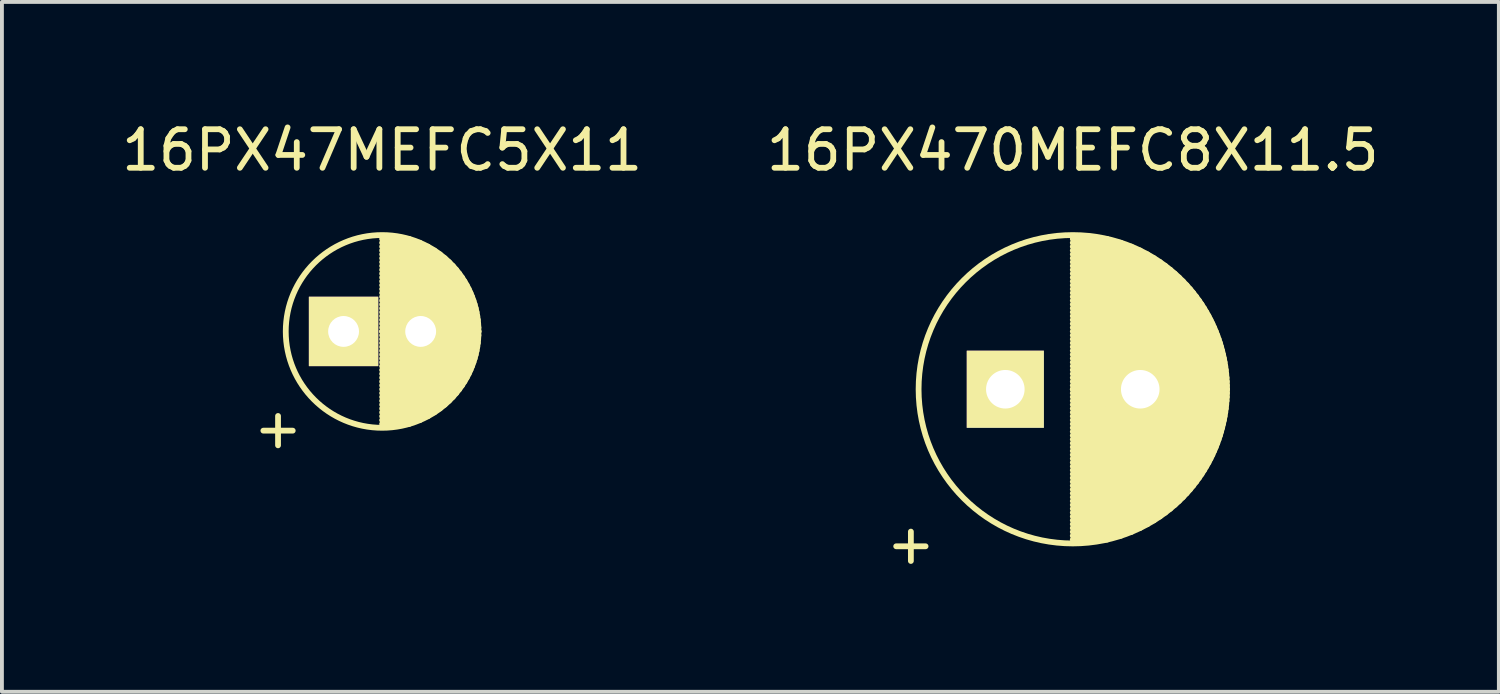
<source format=kicad_pcb>
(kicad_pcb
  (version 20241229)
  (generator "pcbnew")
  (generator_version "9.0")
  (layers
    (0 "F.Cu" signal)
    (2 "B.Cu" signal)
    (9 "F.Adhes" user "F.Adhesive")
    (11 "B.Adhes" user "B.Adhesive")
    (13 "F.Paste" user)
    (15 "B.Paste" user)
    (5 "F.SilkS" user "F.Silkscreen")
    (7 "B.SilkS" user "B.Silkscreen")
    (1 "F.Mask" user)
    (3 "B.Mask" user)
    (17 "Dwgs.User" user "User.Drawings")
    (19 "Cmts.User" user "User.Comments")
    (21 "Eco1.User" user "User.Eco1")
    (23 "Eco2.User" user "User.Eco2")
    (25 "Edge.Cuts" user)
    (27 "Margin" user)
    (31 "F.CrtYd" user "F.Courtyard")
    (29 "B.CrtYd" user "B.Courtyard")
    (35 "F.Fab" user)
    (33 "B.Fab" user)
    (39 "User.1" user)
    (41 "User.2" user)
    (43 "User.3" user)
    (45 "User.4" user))
  (footprint "16PX47MEFC5X11"
    (layer "F.Cu")
    (at 5.863 5.548)
    (property "Reference" "16PX47MEFC5X11" (at 1 -4.7 0) (layer "F.SilkS") (effects (font (size 1 1) (thickness 0.15))))
    (attr through_hole)
    (fp_line (start 1 -2.4) (end 1.7 -2.4) (stroke (width 0.15) (type solid)) (layer "F.SilkS"))
    (fp_line (start 1 -2.3) (end 1.98 -2.3) (stroke (width 0.15) (type solid)) (layer "F.SilkS"))
    (fp_line (start 1 -2.2) (end 2.187 -2.2) (stroke (width 0.15) (type solid)) (layer "F.SilkS"))
    (fp_line (start 1 -2.1) (end 2.356 -2.1) (stroke (width 0.15) (type solid)) (layer "F.SilkS"))
    (fp_line (start 1 -2) (end 2.5 -2) (stroke (width 0.15) (type solid)) (layer "F.SilkS"))
    (fp_line (start 1 -1.9) (end 2.625 -1.9) (stroke (width 0.15) (type solid)) (layer "F.SilkS"))
    (fp_line (start 1 -1.8) (end 2.735 -1.8) (stroke (width 0.15) (type solid)) (layer "F.SilkS"))
    (fp_line (start 1 -1.7) (end 2.833 -1.7) (stroke (width 0.15) (type solid)) (layer "F.SilkS"))
    (fp_line (start 1 -1.6) (end 2.921 -1.6) (stroke (width 0.15) (type solid)) (layer "F.SilkS"))
    (fp_line (start 1 -1.5) (end 3 -1.5) (stroke (width 0.15) (type solid)) (layer "F.SilkS"))
    (fp_line (start 1 -1.4) (end 3.071 -1.4) (stroke (width 0.15) (type solid)) (layer "F.SilkS"))
    (fp_line (start 1 -1.3) (end 3.135 -1.3) (stroke (width 0.15) (type solid)) (layer "F.SilkS"))
    (fp_line (start 1 -1.2) (end 3.193 -1.2) (stroke (width 0.15) (type solid)) (layer "F.SilkS"))
    (fp_line (start 1 -1.1) (end 3.245 -1.1) (stroke (width 0.15) (type solid)) (layer "F.SilkS"))
    (fp_line (start 1 -1) (end 3.291 -1) (stroke (width 0.15) (type solid)) (layer "F.SilkS"))
    (fp_line (start 1 -0.9) (end 3.332 -0.9) (stroke (width 0.15) (type solid)) (layer "F.SilkS"))
    (fp_line (start 1 -0.8) (end 3.369 -0.8) (stroke (width 0.15) (type solid)) (layer "F.SilkS"))
    (fp_line (start 1 -0.7) (end 3.4 -0.7) (stroke (width 0.15) (type solid)) (layer "F.SilkS"))
    (fp_line (start 1 -0.6) (end 3.427 -0.6) (stroke (width 0.15) (type solid)) (layer "F.SilkS"))
    (fp_line (start 1 -0.5) (end 3.449 -0.5) (stroke (width 0.15) (type solid)) (layer "F.SilkS"))
    (fp_line (start 1 -0.4) (end 3.468 -0.4) (stroke (width 0.15) (type solid)) (layer "F.SilkS"))
    (fp_line (start 1 -0.3) (end 3.482 -0.3) (stroke (width 0.15) (type solid)) (layer "F.SilkS"))
    (fp_line (start 1 -0.2) (end 3.492 -0.2) (stroke (width 0.15) (type solid)) (layer "F.SilkS"))
    (fp_line (start 1 -0.1) (end 3.498 -0.1) (stroke (width 0.15) (type solid)) (layer "F.SilkS"))
    (fp_line (start 1 0) (end 3.5 0) (stroke (width 0.15) (type solid)) (layer "F.SilkS"))
    (fp_line (start 1 0) (end 3.5 0) (stroke (width 0.15) (type solid)) (layer "F.SilkS"))
    (fp_line (start 1 0.1) (end 3.498 0.1) (stroke (width 0.15) (type solid)) (layer "F.SilkS"))
    (fp_line (start 1 0.2) (end 3.492 0.2) (stroke (width 0.15) (type solid)) (layer "F.SilkS"))
    (fp_line (start 1 0.3) (end 3.482 0.3) (stroke (width 0.15) (type solid)) (layer "F.SilkS"))
    (fp_line (start 1 0.4) (end 3.468 0.4) (stroke (width 0.15) (type solid)) (layer "F.SilkS"))
    (fp_line (start 1 0.5) (end 3.449 0.5) (stroke (width 0.15) (type solid)) (layer "F.SilkS"))
    (fp_line (start 1 0.6) (end 3.427 0.6) (stroke (width 0.15) (type solid)) (layer "F.SilkS"))
    (fp_line (start 1 0.7) (end 3.4 0.7) (stroke (width 0.15) (type solid)) (layer "F.SilkS"))
    (fp_line (start 1 0.8) (end 3.369 0.8) (stroke (width 0.15) (type solid)) (layer "F.SilkS"))
    (fp_line (start 1 0.9) (end 3.332 0.9) (stroke (width 0.15) (type solid)) (layer "F.SilkS"))
    (fp_line (start 1 1) (end 3.291 1) (stroke (width 0.15) (type solid)) (layer "F.SilkS"))
    (fp_line (start 1 1.1) (end 3.245 1.1) (stroke (width 0.15) (type solid)) (layer "F.SilkS"))
    (fp_line (start 1 1.2) (end 3.193 1.2) (stroke (width 0.15) (type solid)) (layer "F.SilkS"))
    (fp_line (start 1 1.3) (end 3.135 1.3) (stroke (width 0.15) (type solid)) (layer "F.SilkS"))
    (fp_line (start 1 1.4) (end 3.071 1.4) (stroke (width 0.15) (type solid)) (layer "F.SilkS"))
    (fp_line (start 1 1.5) (end 3 1.5) (stroke (width 0.15) (type solid)) (layer "F.SilkS"))
    (fp_line (start 1 1.6) (end 2.921 1.6) (stroke (width 0.15) (type solid)) (layer "F.SilkS"))
    (fp_line (start 1 1.7) (end 2.833 1.7) (stroke (width 0.15) (type solid)) (layer "F.SilkS"))
    (fp_line (start 1 1.8) (end 2.735 1.8) (stroke (width 0.15) (type solid)) (layer "F.SilkS"))
    (fp_line (start 1 1.9) (end 2.625 1.9) (stroke (width 0.15) (type solid)) (layer "F.SilkS"))
    (fp_line (start 1 2) (end 2.5 2) (stroke (width 0.15) (type solid)) (layer "F.SilkS"))
    (fp_line (start 1 2.1) (end 2.356 2.1) (stroke (width 0.15) (type solid)) (layer "F.SilkS"))
    (fp_line (start 1 2.2) (end 2.187 2.2) (stroke (width 0.15) (type solid)) (layer "F.SilkS"))
    (fp_line (start 1 2.3) (end 1.98 2.3) (stroke (width 0.15) (type solid)) (layer "F.SilkS"))
    (fp_line (start 1 2.4) (end 1.7 2.4) (stroke (width 0.15) (type solid)) (layer "F.SilkS"))
    (fp_circle (center 1 0) (end 1 -2.5) (stroke (width 0.15) (type solid)) (fill no) (layer "F.SilkS"))
    (fp_text user "+" (at -1.7 2.5 0) (layer "F.SilkS") (effects (font (size 1 1) (thickness 0.15))))
    (pad "1" thru_hole rect (at 0 0) (size 1.8 1.8) (drill 0.8) (layers "*.Cu" "*.Mask" "F.SilkS"))
    (pad "2" thru_hole circle (at 2 0) (size 1.8 1.8) (drill 0.8) (layers "*.Cu" "*.Mask" "F.SilkS")))
  (footprint "16PX470MEFC8X11.5"
    (layer "F.Cu")
    (at 23.03 7.048)
    (property "Reference" "16PX470MEFC8X11.5" (at 1.75 -6.2 0) (layer "F.SilkS") (effects (font (size 1 1) (thickness 0.15))))
    (attr through_hole)
    (fp_line (start 1.75 -3.9) (end 2.639 -3.9) (stroke (width 0.15) (type solid)) (layer "F.SilkS"))
    (fp_line (start 1.75 -3.8) (end 2.999 -3.8) (stroke (width 0.15) (type solid)) (layer "F.SilkS"))
    (fp_line (start 1.75 -3.7) (end 3.27 -3.7) (stroke (width 0.15) (type solid)) (layer "F.SilkS"))
    (fp_line (start 1.75 -3.6) (end 3.494 -3.6) (stroke (width 0.15) (type solid)) (layer "F.SilkS"))
    (fp_line (start 1.75 -3.5) (end 3.686 -3.5) (stroke (width 0.15) (type solid)) (layer "F.SilkS"))
    (fp_line (start 1.75 -3.4) (end 3.857 -3.4) (stroke (width 0.15) (type solid)) (layer "F.SilkS"))
    (fp_line (start 1.75 -3.3) (end 4.011 -3.3) (stroke (width 0.15) (type solid)) (layer "F.SilkS"))
    (fp_line (start 1.75 -3.2) (end 4.15 -3.2) (stroke (width 0.15) (type solid)) (layer "F.SilkS"))
    (fp_line (start 1.75 -3.1) (end 4.278 -3.1) (stroke (width 0.15) (type solid)) (layer "F.SilkS"))
    (fp_line (start 1.75 -3) (end 4.396 -3) (stroke (width 0.15) (type solid)) (layer "F.SilkS"))
    (fp_line (start 1.75 -2.9) (end 4.505 -2.9) (stroke (width 0.15) (type solid)) (layer "F.SilkS"))
    (fp_line (start 1.75 -2.8) (end 4.607 -2.8) (stroke (width 0.15) (type solid)) (layer "F.SilkS"))
    (fp_line (start 1.75 -2.7) (end 4.701 -2.7) (stroke (width 0.15) (type solid)) (layer "F.SilkS"))
    (fp_line (start 1.75 -2.6) (end 4.79 -2.6) (stroke (width 0.15) (type solid)) (layer "F.SilkS"))
    (fp_line (start 1.75 -2.5) (end 4.872 -2.5) (stroke (width 0.15) (type solid)) (layer "F.SilkS"))
    (fp_line (start 1.75 -2.4) (end 4.95 -2.4) (stroke (width 0.15) (type solid)) (layer "F.SilkS"))
    (fp_line (start 1.75 -2.3) (end 5.023 -2.3) (stroke (width 0.15) (type solid)) (layer "F.SilkS"))
    (fp_line (start 1.75 -2.2) (end 5.091 -2.2) (stroke (width 0.15) (type solid)) (layer "F.SilkS"))
    (fp_line (start 1.75 -2.1) (end 5.154 -2.1) (stroke (width 0.15) (type solid)) (layer "F.SilkS"))
    (fp_line (start 1.75 -2) (end 5.214 -2) (stroke (width 0.15) (type solid)) (layer "F.SilkS"))
    (fp_line (start 1.75 -1.9) (end 5.27 -1.9) (stroke (width 0.15) (type solid)) (layer "F.SilkS"))
    (fp_line (start 1.75 -1.8) (end 5.322 -1.8) (stroke (width 0.15) (type solid)) (layer "F.SilkS"))
    (fp_line (start 1.75 -1.7) (end 5.371 -1.7) (stroke (width 0.15) (type solid)) (layer "F.SilkS"))
    (fp_line (start 1.75 -1.6) (end 5.416 -1.6) (stroke (width 0.15) (type solid)) (layer "F.SilkS"))
    (fp_line (start 1.75 -1.5) (end 5.458 -1.5) (stroke (width 0.15) (type solid)) (layer "F.SilkS"))
    (fp_line (start 1.75 -1.4) (end 5.497 -1.4) (stroke (width 0.15) (type solid)) (layer "F.SilkS"))
    (fp_line (start 1.75 -1.3) (end 5.533 -1.3) (stroke (width 0.15) (type solid)) (layer "F.SilkS"))
    (fp_line (start 1.75 -1.2) (end 5.566 -1.2) (stroke (width 0.15) (type solid)) (layer "F.SilkS"))
    (fp_line (start 1.75 -1.1) (end 5.596 -1.1) (stroke (width 0.15) (type solid)) (layer "F.SilkS"))
    (fp_line (start 1.75 -1) (end 5.623 -1) (stroke (width 0.15) (type solid)) (layer "F.SilkS"))
    (fp_line (start 1.75 -0.9) (end 5.647 -0.9) (stroke (width 0.15) (type solid)) (layer "F.SilkS"))
    (fp_line (start 1.75 -0.8) (end 5.669 -0.8) (stroke (width 0.15) (type solid)) (layer "F.SilkS"))
    (fp_line (start 1.75 -0.7) (end 5.688 -0.7) (stroke (width 0.15) (type solid)) (layer "F.SilkS"))
    (fp_line (start 1.75 -0.6) (end 5.705 -0.6) (stroke (width 0.15) (type solid)) (layer "F.SilkS"))
    (fp_line (start 1.75 -0.5) (end 5.719 -0.5) (stroke (width 0.15) (type solid)) (layer "F.SilkS"))
    (fp_line (start 1.75 -0.4) (end 5.73 -0.4) (stroke (width 0.15) (type solid)) (layer "F.SilkS"))
    (fp_line (start 1.75 -0.3) (end 5.739 -0.3) (stroke (width 0.15) (type solid)) (layer "F.SilkS"))
    (fp_line (start 1.75 -0.2) (end 5.745 -0.2) (stroke (width 0.15) (type solid)) (layer "F.SilkS"))
    (fp_line (start 1.75 -0.1) (end 5.749 -0.1) (stroke (width 0.15) (type solid)) (layer "F.SilkS"))
    (fp_line (start 1.75 0) (end 5.75 0) (stroke (width 0.15) (type solid)) (layer "F.SilkS"))
    (fp_line (start 1.75 0) (end 5.75 0) (stroke (width 0.15) (type solid)) (layer "F.SilkS"))
    (fp_line (start 1.75 0.1) (end 5.749 0.1) (stroke (width 0.15) (type solid)) (layer "F.SilkS"))
    (fp_line (start 1.75 0.2) (end 5.745 0.2) (stroke (width 0.15) (type solid)) (layer "F.SilkS"))
    (fp_line (start 1.75 0.3) (end 5.739 0.3) (stroke (width 0.15) (type solid)) (layer "F.SilkS"))
    (fp_line (start 1.75 0.4) (end 5.73 0.4) (stroke (width 0.15) (type solid)) (layer "F.SilkS"))
    (fp_line (start 1.75 0.5) (end 5.719 0.5) (stroke (width 0.15) (type solid)) (layer "F.SilkS"))
    (fp_line (start 1.75 0.6) (end 5.705 0.6) (stroke (width 0.15) (type solid)) (layer "F.SilkS"))
    (fp_line (start 1.75 0.7) (end 5.688 0.7) (stroke (width 0.15) (type solid)) (layer "F.SilkS"))
    (fp_line (start 1.75 0.8) (end 5.669 0.8) (stroke (width 0.15) (type solid)) (layer "F.SilkS"))
    (fp_line (start 1.75 0.9) (end 5.647 0.9) (stroke (width 0.15) (type solid)) (layer "F.SilkS"))
    (fp_line (start 1.75 1) (end 5.623 1) (stroke (width 0.15) (type solid)) (layer "F.SilkS"))
    (fp_line (start 1.75 1.1) (end 5.596 1.1) (stroke (width 0.15) (type solid)) (layer "F.SilkS"))
    (fp_line (start 1.75 1.2) (end 5.566 1.2) (stroke (width 0.15) (type solid)) (layer "F.SilkS"))
    (fp_line (start 1.75 1.3) (end 5.533 1.3) (stroke (width 0.15) (type solid)) (layer "F.SilkS"))
    (fp_line (start 1.75 1.4) (end 5.497 1.4) (stroke (width 0.15) (type solid)) (layer "F.SilkS"))
    (fp_line (start 1.75 1.5) (end 5.458 1.5) (stroke (width 0.15) (type solid)) (layer "F.SilkS"))
    (fp_line (start 1.75 1.6) (end 5.416 1.6) (stroke (width 0.15) (type solid)) (layer "F.SilkS"))
    (fp_line (start 1.75 1.7) (end 5.371 1.7) (stroke (width 0.15) (type solid)) (layer "F.SilkS"))
    (fp_line (start 1.75 1.8) (end 5.322 1.8) (stroke (width 0.15) (type solid)) (layer "F.SilkS"))
    (fp_line (start 1.75 1.9) (end 5.27 1.9) (stroke (width 0.15) (type solid)) (layer "F.SilkS"))
    (fp_line (start 1.75 2) (end 5.214 2) (stroke (width 0.15) (type solid)) (layer "F.SilkS"))
    (fp_line (start 1.75 2.1) (end 5.154 2.1) (stroke (width 0.15) (type solid)) (layer "F.SilkS"))
    (fp_line (start 1.75 2.2) (end 5.091 2.2) (stroke (width 0.15) (type solid)) (layer "F.SilkS"))
    (fp_line (start 1.75 2.3) (end 5.023 2.3) (stroke (width 0.15) (type solid)) (layer "F.SilkS"))
    (fp_line (start 1.75 2.4) (end 4.95 2.4) (stroke (width 0.15) (type solid)) (layer "F.SilkS"))
    (fp_line (start 1.75 2.5) (end 4.872 2.5) (stroke (width 0.15) (type solid)) (layer "F.SilkS"))
    (fp_line (start 1.75 2.6) (end 4.79 2.6) (stroke (width 0.15) (type solid)) (layer "F.SilkS"))
    (fp_line (start 1.75 2.7) (end 4.701 2.7) (stroke (width 0.15) (type solid)) (layer "F.SilkS"))
    (fp_line (start 1.75 2.8) (end 4.607 2.8) (stroke (width 0.15) (type solid)) (layer "F.SilkS"))
    (fp_line (start 1.75 2.9) (end 4.505 2.9) (stroke (width 0.15) (type solid)) (layer "F.SilkS"))
    (fp_line (start 1.75 3) (end 4.396 3) (stroke (width 0.15) (type solid)) (layer "F.SilkS"))
    (fp_line (start 1.75 3.1) (end 4.278 3.1) (stroke (width 0.15) (type solid)) (layer "F.SilkS"))
    (fp_line (start 1.75 3.2) (end 4.15 3.2) (stroke (width 0.15) (type solid)) (layer "F.SilkS"))
    (fp_line (start 1.75 3.3) (end 4.011 3.3) (stroke (width 0.15) (type solid)) (layer "F.SilkS"))
    (fp_line (start 1.75 3.4) (end 3.857 3.4) (stroke (width 0.15) (type solid)) (layer "F.SilkS"))
    (fp_line (start 1.75 3.5) (end 3.686 3.5) (stroke (width 0.15) (type solid)) (layer "F.SilkS"))
    (fp_line (start 1.75 3.6) (end 3.494 3.6) (stroke (width 0.15) (type solid)) (layer "F.SilkS"))
    (fp_line (start 1.75 3.7) (end 3.27 3.7) (stroke (width 0.15) (type solid)) (layer "F.SilkS"))
    (fp_line (start 1.75 3.8) (end 2.999 3.8) (stroke (width 0.15) (type solid)) (layer "F.SilkS"))
    (fp_line (start 1.75 3.9) (end 2.639 3.9) (stroke (width 0.15) (type solid)) (layer "F.SilkS"))
    (fp_circle (center 1.75 0) (end 1.75 -4) (stroke (width 0.15) (type solid)) (fill no) (layer "F.SilkS"))
    (fp_text user "+" (at -2.45 4 0) (layer "F.SilkS") (effects (font (size 1 1) (thickness 0.15))))
    (pad "1" thru_hole rect (at 0 0) (size 2 2) (drill 1) (layers "*.Cu" "*.Mask" "F.SilkS"))
    (pad "2" thru_hole circle (at 3.5 0) (size 2 2) (drill 1) (layers "*.Cu" "*.Mask" "F.SilkS")))
  (gr_rect
    (start -3 -3)
    (end 35.833 14.896)
    (stroke (width 0.1) (type default))
    (fill no)
    (layer "Edge.Cuts")))
</source>
